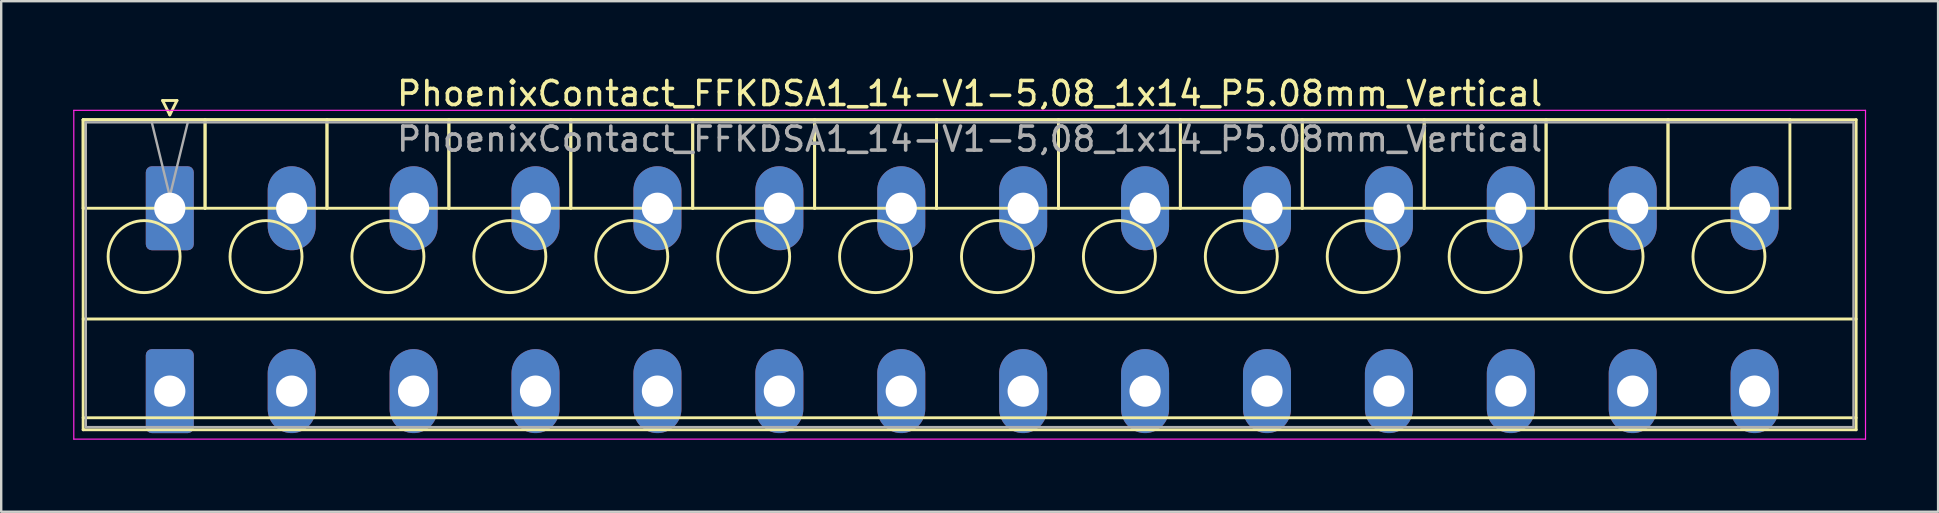
<source format=kicad_pcb>
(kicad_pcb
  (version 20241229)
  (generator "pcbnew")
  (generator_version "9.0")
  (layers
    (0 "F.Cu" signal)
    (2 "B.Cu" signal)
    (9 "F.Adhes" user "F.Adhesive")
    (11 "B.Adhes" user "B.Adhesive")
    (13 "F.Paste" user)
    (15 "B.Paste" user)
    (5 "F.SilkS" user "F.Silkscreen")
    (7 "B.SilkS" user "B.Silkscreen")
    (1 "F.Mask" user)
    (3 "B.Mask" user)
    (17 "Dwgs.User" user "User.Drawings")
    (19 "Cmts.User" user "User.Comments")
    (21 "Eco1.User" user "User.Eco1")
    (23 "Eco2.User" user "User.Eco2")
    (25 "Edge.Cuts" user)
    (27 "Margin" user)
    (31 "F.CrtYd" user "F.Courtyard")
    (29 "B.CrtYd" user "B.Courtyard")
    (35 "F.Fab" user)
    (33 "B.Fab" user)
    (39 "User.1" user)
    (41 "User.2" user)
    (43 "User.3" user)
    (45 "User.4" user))
  (footprint "PhoenixContact_FFKDSA1_14-V1-5,08_1x14_P5.08mm_Vertical"
    (layer "F.Cu")
    (at 4.025 5.628)
    (property "Reference" "PhoenixContact_FFKDSA1_14-V1-5,08_1x14_P5.08mm_Vertical" (at 33.33 -4.78 0) (layer "F.SilkS") (effects (font (size 1 1) (thickness 0.15))))
    (attr through_hole)
    (fp_line (start -3.61 -3.69) (end -3.61 0) (stroke (width 0.12) (type solid)) (layer "F.SilkS"))
    (fp_line (start -3.61 -3.69) (end -3.61 9.23) (stroke (width 0.12) (type solid)) (layer "F.SilkS"))
    (fp_line (start -3.61 0) (end 1.47 0) (stroke (width 0.12) (type solid)) (layer "F.SilkS"))
    (fp_line (start -3.61 4.615) (end 70.27 4.615) (stroke (width 0.12) (type solid)) (layer "F.SilkS"))
    (fp_line (start -3.61 8.73) (end 70.27 8.73) (stroke (width 0.12) (type solid)) (layer "F.SilkS"))
    (fp_line (start -3.61 9.23) (end 70.27 9.23) (stroke (width 0.12) (type solid)) (layer "F.SilkS"))
    (fp_line (start -0.3 -4.49) (end 0.3 -4.49) (stroke (width 0.12) (type solid)) (layer "F.SilkS"))
    (fp_line (start 0 -3.89) (end -0.3 -4.49) (stroke (width 0.12) (type solid)) (layer "F.SilkS"))
    (fp_line (start 0.3 -4.49) (end 0 -3.89) (stroke (width 0.12) (type solid)) (layer "F.SilkS"))
    (fp_line (start 1.47 -3.69) (end -3.61 -3.69) (stroke (width 0.12) (type solid)) (layer "F.SilkS"))
    (fp_line (start 1.47 -3.69) (end 1.47 0) (stroke (width 0.12) (type solid)) (layer "F.SilkS"))
    (fp_line (start 1.47 0) (end 1.47 -3.69) (stroke (width 0.12) (type solid)) (layer "F.SilkS"))
    (fp_line (start 1.47 0) (end 6.55 0) (stroke (width 0.12) (type solid)) (layer "F.SilkS"))
    (fp_line (start 6.55 -3.69) (end 1.47 -3.69) (stroke (width 0.12) (type solid)) (layer "F.SilkS"))
    (fp_line (start 6.55 -3.69) (end 6.55 0) (stroke (width 0.12) (type solid)) (layer "F.SilkS"))
    (fp_line (start 6.55 0) (end 6.55 -3.69) (stroke (width 0.12) (type solid)) (layer "F.SilkS"))
    (fp_line (start 6.55 0) (end 11.63 0) (stroke (width 0.12) (type solid)) (layer "F.SilkS"))
    (fp_line (start 11.63 -3.69) (end 6.55 -3.69) (stroke (width 0.12) (type solid)) (layer "F.SilkS"))
    (fp_line (start 11.63 -3.69) (end 11.63 0) (stroke (width 0.12) (type solid)) (layer "F.SilkS"))
    (fp_line (start 11.63 0) (end 11.63 -3.69) (stroke (width 0.12) (type solid)) (layer "F.SilkS"))
    (fp_line (start 11.63 0) (end 16.71 0) (stroke (width 0.12) (type solid)) (layer "F.SilkS"))
    (fp_line (start 16.71 -3.69) (end 11.63 -3.69) (stroke (width 0.12) (type solid)) (layer "F.SilkS"))
    (fp_line (start 16.71 -3.69) (end 16.71 0) (stroke (width 0.12) (type solid)) (layer "F.SilkS"))
    (fp_line (start 16.71 0) (end 16.71 -3.69) (stroke (width 0.12) (type solid)) (layer "F.SilkS"))
    (fp_line (start 16.71 0) (end 21.79 0) (stroke (width 0.12) (type solid)) (layer "F.SilkS"))
    (fp_line (start 21.79 -3.69) (end 16.71 -3.69) (stroke (width 0.12) (type solid)) (layer "F.SilkS"))
    (fp_line (start 21.79 -3.69) (end 21.79 0) (stroke (width 0.12) (type solid)) (layer "F.SilkS"))
    (fp_line (start 21.79 0) (end 21.79 -3.69) (stroke (width 0.12) (type solid)) (layer "F.SilkS"))
    (fp_line (start 21.79 0) (end 26.87 0) (stroke (width 0.12) (type solid)) (layer "F.SilkS"))
    (fp_line (start 26.87 -3.69) (end 21.79 -3.69) (stroke (width 0.12) (type solid)) (layer "F.SilkS"))
    (fp_line (start 26.87 -3.69) (end 26.87 0) (stroke (width 0.12) (type solid)) (layer "F.SilkS"))
    (fp_line (start 26.87 0) (end 26.87 -3.69) (stroke (width 0.12) (type solid)) (layer "F.SilkS"))
    (fp_line (start 26.87 0) (end 31.95 0) (stroke (width 0.12) (type solid)) (layer "F.SilkS"))
    (fp_line (start 31.95 -3.69) (end 26.87 -3.69) (stroke (width 0.12) (type solid)) (layer "F.SilkS"))
    (fp_line (start 31.95 -3.69) (end 31.95 0) (stroke (width 0.12) (type solid)) (layer "F.SilkS"))
    (fp_line (start 31.95 0) (end 31.95 -3.69) (stroke (width 0.12) (type solid)) (layer "F.SilkS"))
    (fp_line (start 31.95 0) (end 37.03 0) (stroke (width 0.12) (type solid)) (layer "F.SilkS"))
    (fp_line (start 37.03 -3.69) (end 31.95 -3.69) (stroke (width 0.12) (type solid)) (layer "F.SilkS"))
    (fp_line (start 37.03 -3.69) (end 37.03 0) (stroke (width 0.12) (type solid)) (layer "F.SilkS"))
    (fp_line (start 37.03 0) (end 37.03 -3.69) (stroke (width 0.12) (type solid)) (layer "F.SilkS"))
    (fp_line (start 37.03 0) (end 42.11 0) (stroke (width 0.12) (type solid)) (layer "F.SilkS"))
    (fp_line (start 42.11 -3.69) (end 37.03 -3.69) (stroke (width 0.12) (type solid)) (layer "F.SilkS"))
    (fp_line (start 42.11 -3.69) (end 42.11 0) (stroke (width 0.12) (type solid)) (layer "F.SilkS"))
    (fp_line (start 42.11 0) (end 42.11 -3.69) (stroke (width 0.12) (type solid)) (layer "F.SilkS"))
    (fp_line (start 42.11 0) (end 47.19 0) (stroke (width 0.12) (type solid)) (layer "F.SilkS"))
    (fp_line (start 47.19 -3.69) (end 42.11 -3.69) (stroke (width 0.12) (type solid)) (layer "F.SilkS"))
    (fp_line (start 47.19 -3.69) (end 47.19 0) (stroke (width 0.12) (type solid)) (layer "F.SilkS"))
    (fp_line (start 47.19 0) (end 47.19 -3.69) (stroke (width 0.12) (type solid)) (layer "F.SilkS"))
    (fp_line (start 47.19 0) (end 52.27 0) (stroke (width 0.12) (type solid)) (layer "F.SilkS"))
    (fp_line (start 52.27 -3.69) (end 47.19 -3.69) (stroke (width 0.12) (type solid)) (layer "F.SilkS"))
    (fp_line (start 52.27 -3.69) (end 52.27 0) (stroke (width 0.12) (type solid)) (layer "F.SilkS"))
    (fp_line (start 52.27 0) (end 52.27 -3.69) (stroke (width 0.12) (type solid)) (layer "F.SilkS"))
    (fp_line (start 52.27 0) (end 57.35 0) (stroke (width 0.12) (type solid)) (layer "F.SilkS"))
    (fp_line (start 57.35 -3.69) (end 52.27 -3.69) (stroke (width 0.12) (type solid)) (layer "F.SilkS"))
    (fp_line (start 57.35 -3.69) (end 57.35 0) (stroke (width 0.12) (type solid)) (layer "F.SilkS"))
    (fp_line (start 57.35 0) (end 57.35 -3.69) (stroke (width 0.12) (type solid)) (layer "F.SilkS"))
    (fp_line (start 57.35 0) (end 62.43 0) (stroke (width 0.12) (type solid)) (layer "F.SilkS"))
    (fp_line (start 62.43 -3.69) (end 57.35 -3.69) (stroke (width 0.12) (type solid)) (layer "F.SilkS"))
    (fp_line (start 62.43 -3.69) (end 62.43 0) (stroke (width 0.12) (type solid)) (layer "F.SilkS"))
    (fp_line (start 62.43 0) (end 62.43 -3.69) (stroke (width 0.12) (type solid)) (layer "F.SilkS"))
    (fp_line (start 62.43 0) (end 67.51 0) (stroke (width 0.12) (type solid)) (layer "F.SilkS"))
    (fp_line (start 67.51 -3.69) (end 62.43 -3.69) (stroke (width 0.12) (type solid)) (layer "F.SilkS"))
    (fp_line (start 67.51 0) (end 67.51 -3.69) (stroke (width 0.12) (type solid)) (layer "F.SilkS"))
    (fp_line (start 70.27 -3.69) (end -3.61 -3.69) (stroke (width 0.12) (type solid)) (layer "F.SilkS"))
    (fp_line (start 70.27 9.23) (end 70.27 -3.69) (stroke (width 0.12) (type solid)) (layer "F.SilkS"))
    (fp_circle (center -1.07 2.015) (end 0.43 2.015) (stroke (width 0.12) (type solid)) (fill no) (layer "F.SilkS"))
    (fp_circle (center 4.01 2.015) (end 5.51 2.015) (stroke (width 0.12) (type solid)) (fill no) (layer "F.SilkS"))
    (fp_circle (center 9.09 2.015) (end 10.59 2.015) (stroke (width 0.12) (type solid)) (fill no) (layer "F.SilkS"))
    (fp_circle (center 14.17 2.015) (end 15.67 2.015) (stroke (width 0.12) (type solid)) (fill no) (layer "F.SilkS"))
    (fp_circle (center 19.25 2.015) (end 20.75 2.015) (stroke (width 0.12) (type solid)) (fill no) (layer "F.SilkS"))
    (fp_circle (center 24.33 2.015) (end 25.83 2.015) (stroke (width 0.12) (type solid)) (fill no) (layer "F.SilkS"))
    (fp_circle (center 29.41 2.015) (end 30.91 2.015) (stroke (width 0.12) (type solid)) (fill no) (layer "F.SilkS"))
    (fp_circle (center 34.49 2.015) (end 35.99 2.015) (stroke (width 0.12) (type solid)) (fill no) (layer "F.SilkS"))
    (fp_circle (center 39.57 2.015) (end 41.07 2.015) (stroke (width 0.12) (type solid)) (fill no) (layer "F.SilkS"))
    (fp_circle (center 44.65 2.015) (end 46.15 2.015) (stroke (width 0.12) (type solid)) (fill no) (layer "F.SilkS"))
    (fp_circle (center 49.73 2.015) (end 51.23 2.015) (stroke (width 0.12) (type solid)) (fill no) (layer "F.SilkS"))
    (fp_circle (center 54.81 2.015) (end 56.31 2.015) (stroke (width 0.12) (type solid)) (fill no) (layer "F.SilkS"))
    (fp_circle (center 59.89 2.015) (end 61.39 2.015) (stroke (width 0.12) (type solid)) (fill no) (layer "F.SilkS"))
    (fp_circle (center 64.97 2.015) (end 66.47 2.015) (stroke (width 0.12) (type solid)) (fill no) (layer "F.SilkS"))
    (fp_line (start -4 -4.08) (end -4 9.62) (stroke (width 0.05) (type solid)) (layer "F.CrtYd"))
    (fp_line (start -4 9.62) (end 70.66 9.62) (stroke (width 0.05) (type solid)) (layer "F.CrtYd"))
    (fp_line (start 70.66 -4.08) (end -4 -4.08) (stroke (width 0.05) (type solid)) (layer "F.CrtYd"))
    (fp_line (start 70.66 9.62) (end 70.66 -4.08) (stroke (width 0.05) (type solid)) (layer "F.CrtYd"))
    (fp_line (start -3.5 -3.58) (end -3.5 9.12) (stroke (width 0.1) (type solid)) (layer "F.Fab"))
    (fp_line (start -3.5 9.12) (end 70.16 9.12) (stroke (width 0.1) (type solid)) (layer "F.Fab"))
    (fp_line (start 0 -0.5) (end -0.75 -3.58) (stroke (width 0.1) (type solid)) (layer "F.Fab"))
    (fp_line (start 0.75 -3.58) (end 0 -0.5) (stroke (width 0.1) (type solid)) (layer "F.Fab"))
    (fp_line (start 70.16 -3.58) (end -3.5 -3.58) (stroke (width 0.1) (type solid)) (layer "F.Fab"))
    (fp_line (start 70.16 9.12) (end 70.16 -3.58) (stroke (width 0.1) (type solid)) (layer "F.Fab"))
    (fp_text user "${REFERENCE}" (at 33.33 -2.88 0) (layer "F.Fab") (effects (font (size 1 1) (thickness 0.15))))
    (pad "1" thru_hole roundrect (at 0 0) (size 2 3.5) (drill 1.3) (layers "*.Cu" "*.Mask") (roundrect_rratio 0.125))
    (pad "1" thru_hole roundrect (at 0 7.62) (size 2 3.5) (drill 1.3) (layers "*.Cu" "*.Mask") (roundrect_rratio 0.125))
    (pad "2" thru_hole oval (at 5.08 0) (size 2 3.5) (drill 1.3) (layers "*.Cu" "*.Mask"))
    (pad "2" thru_hole oval (at 5.08 7.62) (size 2 3.5) (drill 1.3) (layers "*.Cu" "*.Mask"))
    (pad "3" thru_hole oval (at 10.16 0) (size 2 3.5) (drill 1.3) (layers "*.Cu" "*.Mask"))
    (pad "3" thru_hole oval (at 10.16 7.62) (size 2 3.5) (drill 1.3) (layers "*.Cu" "*.Mask"))
    (pad "4" thru_hole oval (at 15.24 0) (size 2 3.5) (drill 1.3) (layers "*.Cu" "*.Mask"))
    (pad "4" thru_hole oval (at 15.24 7.62) (size 2 3.5) (drill 1.3) (layers "*.Cu" "*.Mask"))
    (pad "5" thru_hole oval (at 20.32 0) (size 2 3.5) (drill 1.3) (layers "*.Cu" "*.Mask"))
    (pad "5" thru_hole oval (at 20.32 7.62) (size 2 3.5) (drill 1.3) (layers "*.Cu" "*.Mask"))
    (pad "6" thru_hole oval (at 25.4 0) (size 2 3.5) (drill 1.3) (layers "*.Cu" "*.Mask"))
    (pad "6" thru_hole oval (at 25.4 7.62) (size 2 3.5) (drill 1.3) (layers "*.Cu" "*.Mask"))
    (pad "7" thru_hole oval (at 30.48 0) (size 2 3.5) (drill 1.3) (layers "*.Cu" "*.Mask"))
    (pad "7" thru_hole oval (at 30.48 7.62) (size 2 3.5) (drill 1.3) (layers "*.Cu" "*.Mask"))
    (pad "8" thru_hole oval (at 35.56 0) (size 2 3.5) (drill 1.3) (layers "*.Cu" "*.Mask"))
    (pad "8" thru_hole oval (at 35.56 7.62) (size 2 3.5) (drill 1.3) (layers "*.Cu" "*.Mask"))
    (pad "9" thru_hole oval (at 40.64 0) (size 2 3.5) (drill 1.3) (layers "*.Cu" "*.Mask"))
    (pad "9" thru_hole oval (at 40.64 7.62) (size 2 3.5) (drill 1.3) (layers "*.Cu" "*.Mask"))
    (pad "10" thru_hole oval (at 45.72 0) (size 2 3.5) (drill 1.3) (layers "*.Cu" "*.Mask"))
    (pad "10" thru_hole oval (at 45.72 7.62) (size 2 3.5) (drill 1.3) (layers "*.Cu" "*.Mask"))
    (pad "11" thru_hole oval (at 50.8 0) (size 2 3.5) (drill 1.3) (layers "*.Cu" "*.Mask"))
    (pad "11" thru_hole oval (at 50.8 7.62) (size 2 3.5) (drill 1.3) (layers "*.Cu" "*.Mask"))
    (pad "12" thru_hole oval (at 55.88 0) (size 2 3.5) (drill 1.3) (layers "*.Cu" "*.Mask"))
    (pad "12" thru_hole oval (at 55.88 7.62) (size 2 3.5) (drill 1.3) (layers "*.Cu" "*.Mask"))
    (pad "13" thru_hole oval (at 60.96 0) (size 2 3.5) (drill 1.3) (layers "*.Cu" "*.Mask"))
    (pad "13" thru_hole oval (at 60.96 7.62) (size 2 3.5) (drill 1.3) (layers "*.Cu" "*.Mask"))
    (pad "14" thru_hole oval (at 66.04 0) (size 2 3.5) (drill 1.3) (layers "*.Cu" "*.Mask"))
    (pad "14" thru_hole oval (at 66.04 7.62) (size 2 3.5) (drill 1.3) (layers "*.Cu" "*.Mask")))
  (gr_rect
    (start -3 -3)
    (end 77.71 18.273)
    (stroke (width 0.1) (type default))
    (fill no)
    (layer "Edge.Cuts")))
</source>
